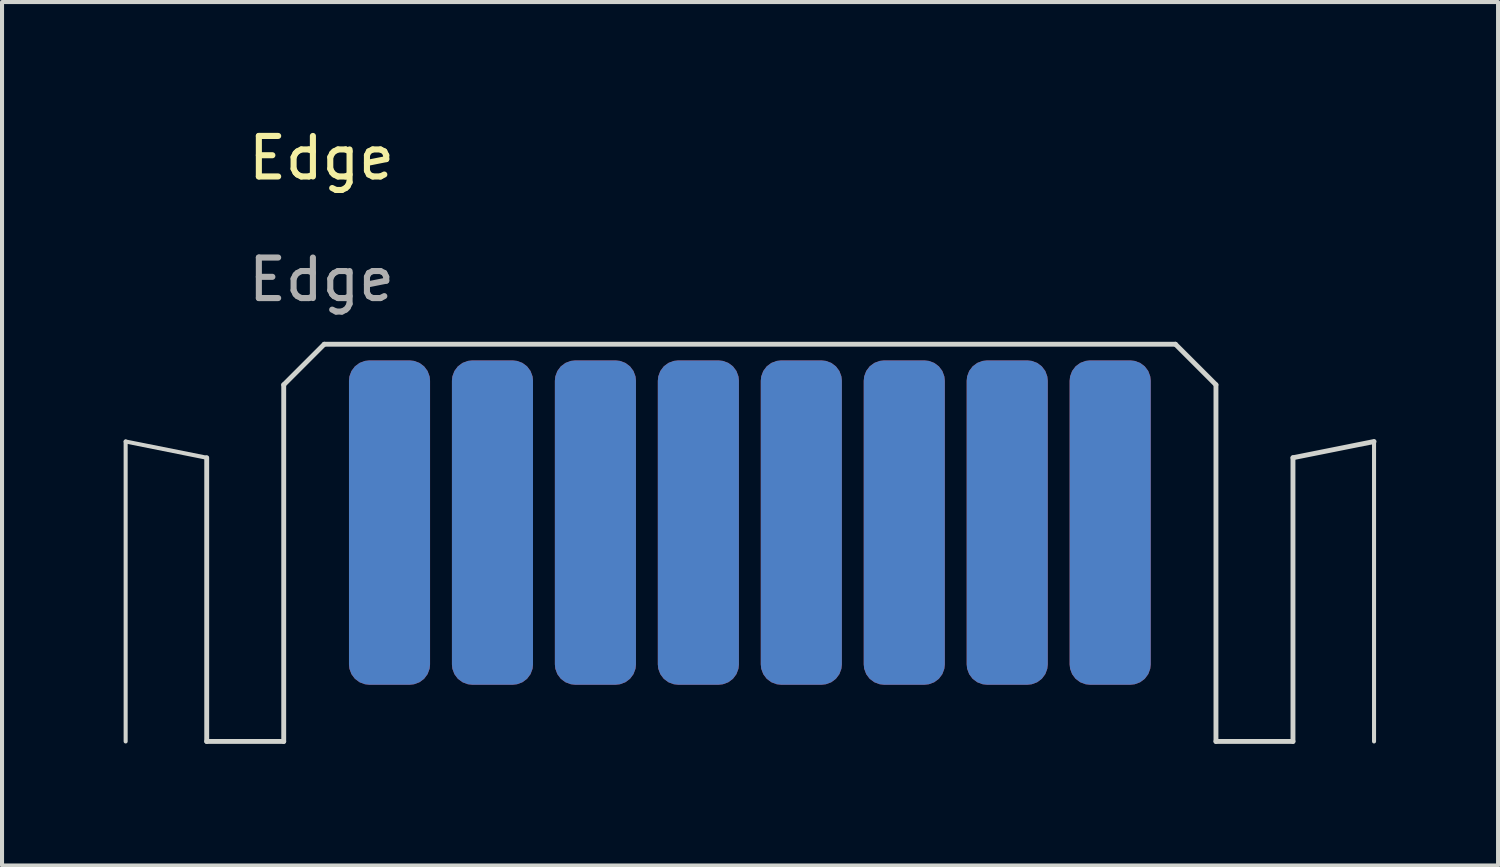
<source format=kicad_pcb>
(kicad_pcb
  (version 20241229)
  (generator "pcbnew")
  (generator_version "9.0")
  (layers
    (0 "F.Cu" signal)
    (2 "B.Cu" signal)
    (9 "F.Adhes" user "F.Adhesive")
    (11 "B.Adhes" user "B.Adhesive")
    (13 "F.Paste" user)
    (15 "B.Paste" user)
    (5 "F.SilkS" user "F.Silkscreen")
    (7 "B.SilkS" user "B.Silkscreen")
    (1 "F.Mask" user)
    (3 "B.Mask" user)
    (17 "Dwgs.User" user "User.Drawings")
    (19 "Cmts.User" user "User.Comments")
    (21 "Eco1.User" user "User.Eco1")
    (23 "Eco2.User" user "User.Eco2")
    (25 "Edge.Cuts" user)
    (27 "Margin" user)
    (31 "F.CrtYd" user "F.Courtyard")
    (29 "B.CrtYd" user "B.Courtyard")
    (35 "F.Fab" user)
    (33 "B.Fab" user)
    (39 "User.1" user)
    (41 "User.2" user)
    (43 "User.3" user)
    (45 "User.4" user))
  (footprint "Edge"
    (layer "F.Cu")
    (at 15.45 9.843)
    (property "Reference" "Edge" (at -10.566 -8.994 0) (unlocked yes) (layer "F.SilkS") (effects (font (size 1 1) (thickness 0.15))))
    (attr smd)
    (fp_line (start -15.4 -2) (end -13.4 -1.6) (stroke (width 0.1) (type solid)) (layer "Edge.Cuts"))
    (fp_line (start -15.4 5.4) (end -15.4 -2) (stroke (width 0.1) (type solid)) (layer "Edge.Cuts"))
    (fp_line (start -13.4 5.4) (end -13.4 -1.6) (stroke (width 0.12) (type solid)) (layer "Edge.Cuts"))
    (fp_line (start -11.5 -3.4) (end -11.5 5.4) (stroke (width 0.12) (type solid)) (layer "Edge.Cuts"))
    (fp_line (start -11.5 5.4) (end -13.4 5.4) (stroke (width 0.12) (type solid)) (layer "Edge.Cuts"))
    (fp_line (start -10.5 -4.4) (end -11.5 -3.4) (stroke (width 0.12) (type solid)) (layer "Edge.Cuts"))
    (fp_line (start -10.5 -4.4) (end 10.5 -4.4) (stroke (width 0.12) (type solid)) (layer "Edge.Cuts"))
    (fp_line (start 10.5 -4.4) (end 11.5 -3.4) (stroke (width 0.12) (type solid)) (layer "Edge.Cuts"))
    (fp_line (start 11.5 -3.4) (end 11.5 5.4) (stroke (width 0.12) (type solid)) (layer "Edge.Cuts"))
    (fp_line (start 11.5 5.4) (end 13.4 5.4) (stroke (width 0.12) (type solid)) (layer "Edge.Cuts"))
    (fp_line (start 13.4 -1.6) (end 15.4 -2) (stroke (width 0.12) (type solid)) (layer "Edge.Cuts"))
    (fp_line (start 13.4 5.4) (end 13.4 -1.6) (stroke (width 0.12) (type solid)) (layer "Edge.Cuts"))
    (fp_line (start 15.4 5.4) (end 15.4 -2) (stroke (width 0.1) (type solid)) (layer "Edge.Cuts"))
    (fp_text user "${REFERENCE}" (at -10.566 -5.994 0) (unlocked yes) (layer "F.Fab") (effects (font (size 1 1) (thickness 0.15))))
    (pad "1" smd roundrect (at -8.89 0) (size 2 8) (layers "F.Cu" "F.Mask" "F.Paste") (roundrect_rratio 0.25))
    (pad "2" smd roundrect (at -8.89 0) (size 2 8) (layers "B.Cu" "B.Mask" "B.Paste") (roundrect_rratio 0.25))
    (pad "3" smd roundrect (at -6.35 0) (size 2 8) (layers "F.Cu" "F.Mask" "F.Paste") (roundrect_rratio 0.25))
    (pad "4" smd roundrect (at -6.35 0) (size 2 8) (layers "B.Cu" "B.Mask" "B.Paste") (roundrect_rratio 0.25))
    (pad "5" smd roundrect (at -3.81 0) (size 2 8) (layers "F.Cu" "F.Mask" "F.Paste") (roundrect_rratio 0.25))
    (pad "6" smd roundrect (at -3.81 0) (size 2 8) (layers "B.Cu" "B.Mask" "B.Paste") (roundrect_rratio 0.25))
    (pad "7" smd roundrect (at -1.27 0) (size 2 8) (layers "F.Cu" "F.Mask" "F.Paste") (roundrect_rratio 0.25))
    (pad "8" smd roundrect (at -1.27 0) (size 2 8) (layers "B.Cu" "B.Mask" "B.Paste") (roundrect_rratio 0.25))
    (pad "9" smd roundrect (at 1.27 0) (size 2 8) (layers "F.Cu" "F.Mask" "F.Paste") (roundrect_rratio 0.25))
    (pad "10" smd roundrect (at 1.27 0) (size 2 8) (layers "B.Cu" "B.Mask" "B.Paste") (roundrect_rratio 0.25))
    (pad "11" smd roundrect (at 3.81 0) (size 2 8) (layers "F.Cu" "F.Mask" "F.Paste") (roundrect_rratio 0.25))
    (pad "12" smd roundrect (at 3.81 0) (size 2 8) (layers "B.Cu" "B.Mask" "B.Paste") (roundrect_rratio 0.25))
    (pad "13" smd roundrect (at 6.35 0) (size 2 8) (layers "F.Cu" "F.Mask" "F.Paste") (roundrect_rratio 0.25))
    (pad "14" smd roundrect (at 6.35 0) (size 2 8) (layers "B.Cu" "B.Mask" "B.Paste") (roundrect_rratio 0.25))
    (pad "15" smd roundrect (at 8.89 0) (size 2 8) (layers "F.Cu" "F.Mask" "F.Paste") (roundrect_rratio 0.25))
    (pad "16" smd roundrect (at 8.89 0) (size 2 8) (layers "B.Cu" "B.Mask" "B.Paste") (roundrect_rratio 0.25)))
  (gr_rect
    (start -3 -3)
    (end 33.91 18.303)
    (stroke (width 0.1) (type default))
    (fill no)
    (layer "Edge.Cuts")))
</source>
